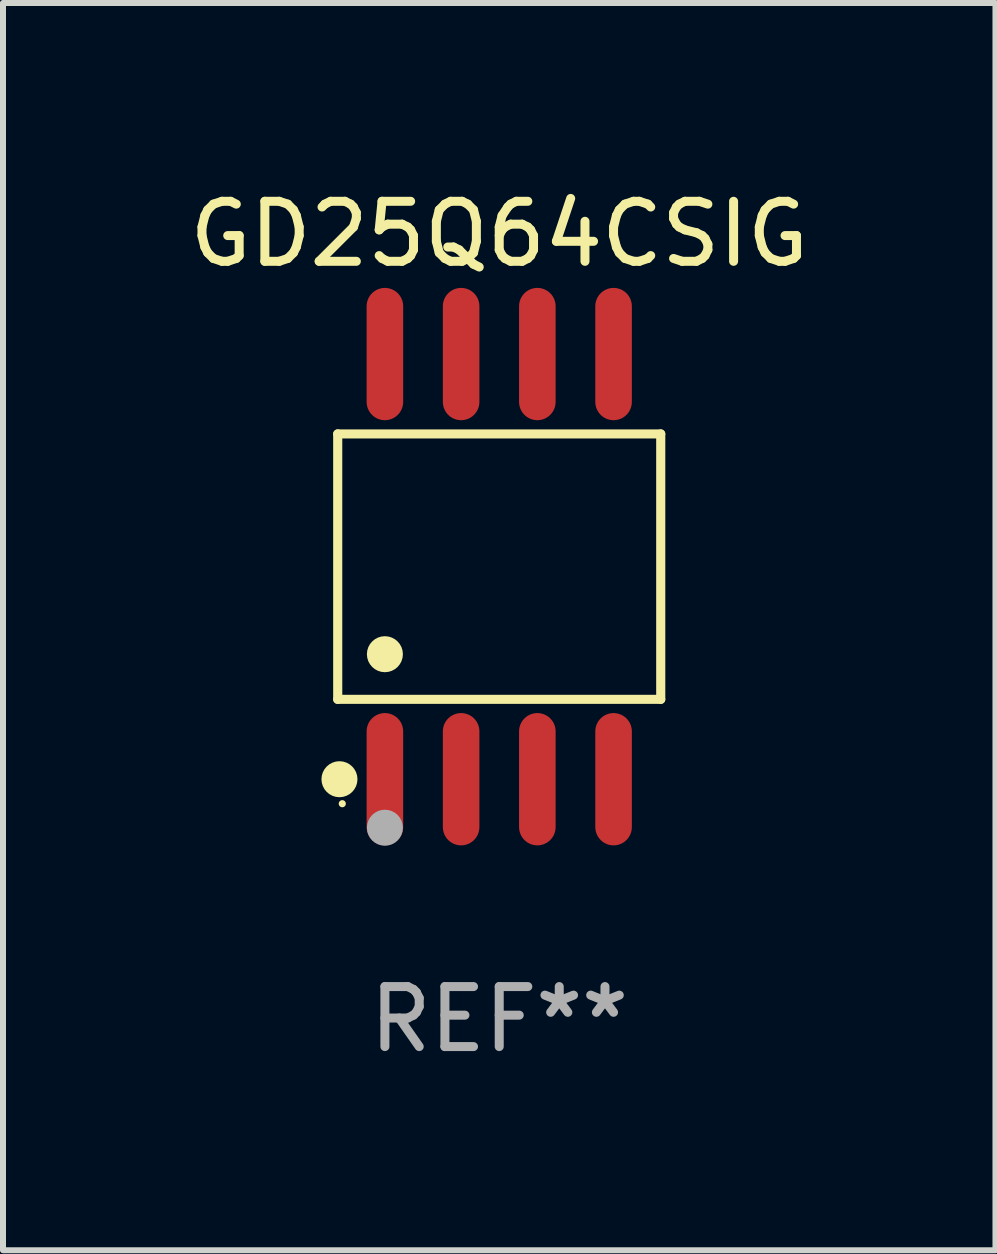
<source format=kicad_pcb>
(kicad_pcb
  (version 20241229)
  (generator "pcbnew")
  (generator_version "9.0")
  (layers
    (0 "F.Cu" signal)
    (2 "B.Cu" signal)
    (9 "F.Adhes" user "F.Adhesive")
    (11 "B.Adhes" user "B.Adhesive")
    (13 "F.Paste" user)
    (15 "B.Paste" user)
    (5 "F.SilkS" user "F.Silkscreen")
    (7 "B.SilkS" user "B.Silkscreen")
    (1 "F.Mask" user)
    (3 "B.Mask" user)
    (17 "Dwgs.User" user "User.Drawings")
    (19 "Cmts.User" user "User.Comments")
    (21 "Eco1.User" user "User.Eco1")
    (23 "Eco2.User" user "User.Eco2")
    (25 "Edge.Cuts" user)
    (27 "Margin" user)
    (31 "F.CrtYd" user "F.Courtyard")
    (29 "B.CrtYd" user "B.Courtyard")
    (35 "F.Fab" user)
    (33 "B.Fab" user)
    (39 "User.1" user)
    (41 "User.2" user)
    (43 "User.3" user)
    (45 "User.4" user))
  (footprint "GD25Q64CSIG"
    (layer "F.Cu")
    (at 5.268 6.391)
    (property "Reference" "GD25Q64CSIG" (at 0 -5.542 0) (layer "F.SilkS") (effects (font (size 1 1) (thickness 0.15))))
    (attr through_hole)
    (fp_line (start -2.691 -2.211) (end 2.691 -2.211) (stroke (width 0.152) (type solid)) (layer "F.SilkS"))
    (fp_line (start -2.691 2.211) (end -2.691 -2.211) (stroke (width 0.152) (type solid)) (layer "F.SilkS"))
    (fp_line (start 2.691 -2.211) (end 2.691 2.211) (stroke (width 0.152) (type solid)) (layer "F.SilkS"))
    (fp_line (start 2.691 2.211) (end -2.691 2.211) (stroke (width 0.152) (type solid)) (layer "F.SilkS"))
    (fp_circle (center -2.662 3.542) (end -2.512 3.542) (stroke (width 0.3) (type solid)) (fill no) (layer "F.SilkS"))
    (fp_circle (center -2.615 3.95) (end -2.585 3.95) (stroke (width 0.06) (type solid)) (fill no) (layer "F.SilkS"))
    (fp_circle (center -1.905 1.459) (end -1.755 1.459) (stroke (width 0.3) (type solid)) (fill no) (layer "F.SilkS"))
    (fp_circle (center -1.905 4.35) (end -1.755 4.35) (stroke (width 0.3) (type solid)) (fill no) (layer "F.Fab"))
    (fp_text user "REF**" (at 0 7.542 0) (layer "F.Fab") (effects (font (size 1 1) (thickness 0.15))))
    (pad "1" smd oval (at -1.905 3.542) (size 0.609 2.204) (layers "F.Cu" "F.Mask" "F.Paste"))
    (pad "2" smd oval (at -0.635 3.542) (size 0.609 2.204) (layers "F.Cu" "F.Mask" "F.Paste"))
    (pad "3" smd oval (at 0.635 3.542) (size 0.609 2.204) (layers "F.Cu" "F.Mask" "F.Paste"))
    (pad "4" smd oval (at 1.905 3.542) (size 0.609 2.204) (layers "F.Cu" "F.Mask" "F.Paste"))
    (pad "5" smd oval (at 1.905 -3.542) (size 0.609 2.204) (layers "F.Cu" "F.Mask" "F.Paste"))
    (pad "6" smd oval (at 0.635 -3.542) (size 0.609 2.204) (layers "F.Cu" "F.Mask" "F.Paste"))
    (pad "7" smd oval (at -0.635 -3.542) (size 0.609 2.204) (layers "F.Cu" "F.Mask" "F.Paste"))
    (pad "8" smd oval (at -1.905 -3.542) (size 0.609 2.204) (layers "F.Cu" "F.Mask" "F.Paste")))
  (gr_rect
    (start -3 -3)
    (end 13.536 17.781)
    (stroke (width 0.1) (type default))
    (fill no)
    (layer "Edge.Cuts")))
</source>
